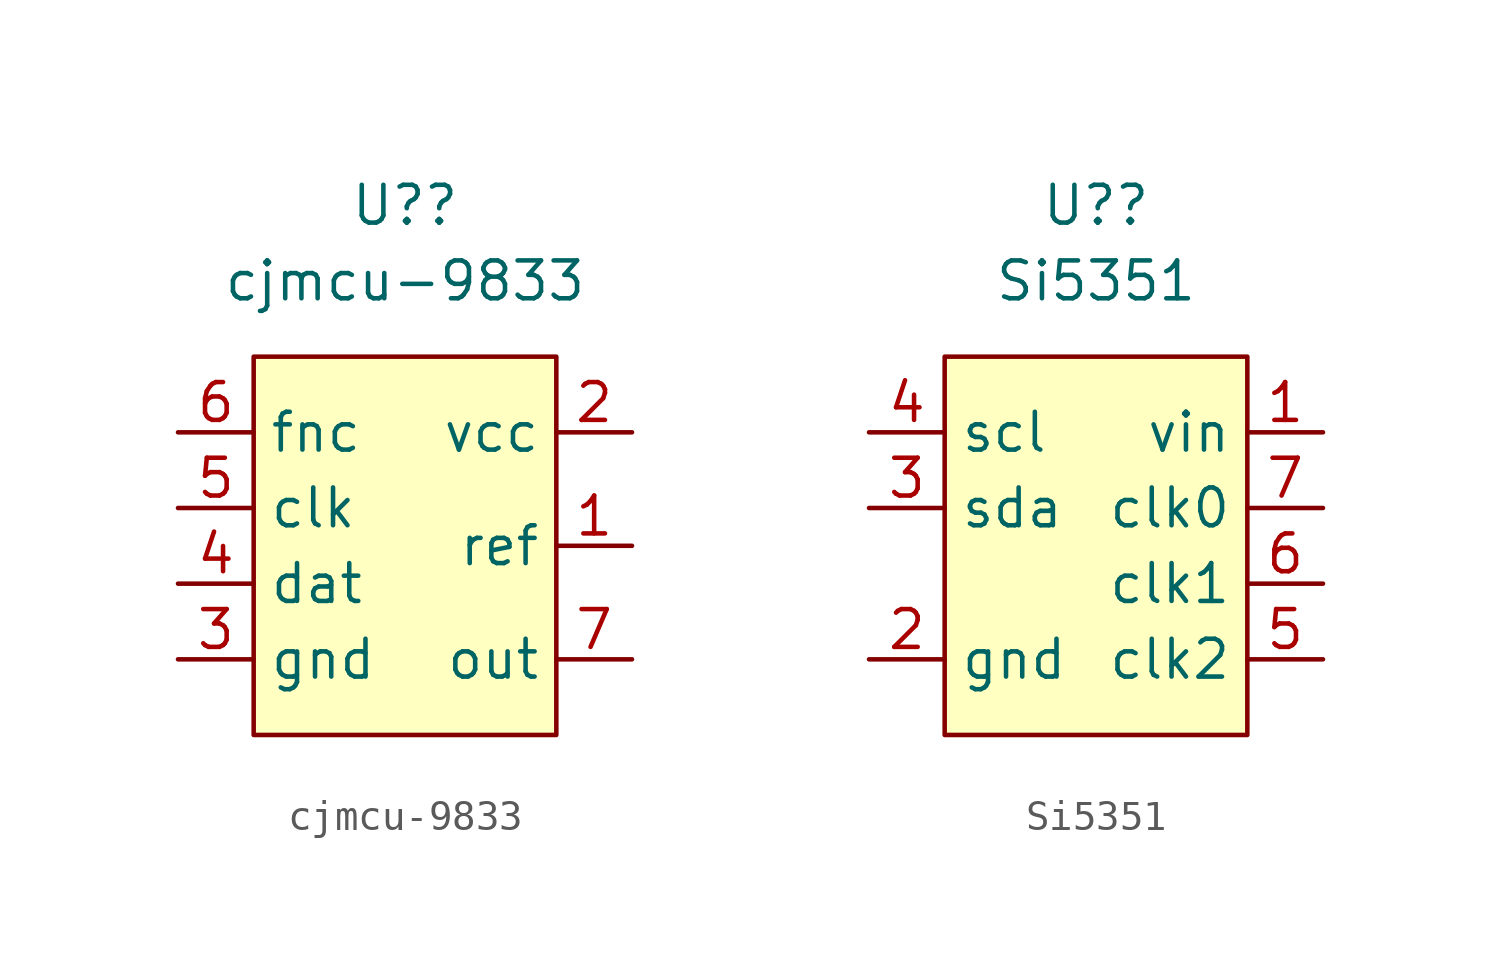
<source format=kicad_sym>
(kicad_symbol_lib
  (version 20211014)
  (generator kicad_symbol_editor)
  (symbol "cjmcu-9833"
    (property "Reference" "U?"
      (at 0 2.54 0)
      (effects (font (size 1.27 1.27))))
    (property "Value" "cjmcu-9833"
      (at 0 0 0)
      (effects (font (size 1.27 1.27))))
    (symbol "cjmcu-9833_0_1"
      (rectangle (start -5.08 -2.54) (end 5.08 -15.24) (stroke (width 0) (type default) (color 0 0 0 0)) (fill (type background))))
    (symbol "cjmcu-9833_1_1"
      (pin output line (at 7.62 -8.89 180) (length 2.54) (name "ref" (effects (font (size 1.27 1.27)))) (number "1" (effects (font (size 1.27 1.27)))))
      (pin power_in line (at 7.62 -5.08 180) (length 2.54) (name "vcc" (effects (font (size 1.27 1.27)))) (number "2" (effects (font (size 1.27 1.27)))))
      (pin power_in line (at -7.62 -12.7 0) (length 2.54) (name "gnd" (effects (font (size 1.27 1.27)))) (number "3" (effects (font (size 1.27 1.27)))))
      (pin bidirectional line (at -7.62 -10.16 0) (length 2.54) (name "dat" (effects (font (size 1.27 1.27)))) (number "4" (effects (font (size 1.27 1.27)))))
      (pin input line (at -7.62 -7.62 0) (length 2.54) (name "clk" (effects (font (size 1.27 1.27)))) (number "5" (effects (font (size 1.27 1.27)))))
      (pin input line (at -7.62 -5.08 0) (length 2.54) (name "fnc" (effects (font (size 1.27 1.27)))) (number "6" (effects (font (size 1.27 1.27)))))
      (pin output line (at 7.62 -12.7 180) (length 2.54) (name "out" (effects (font (size 1.27 1.27)))) (number "7" (effects (font (size 1.27 1.27)))))))
  (symbol "Si5351"
    (property "Reference" "U?"
      (at 0 2.54 0)
      (effects (font (size 1.27 1.27))))
    (property "Value" "Si5351"
      (at 0 0 0)
      (effects (font (size 1.27 1.27))))
    (symbol "Si5351_0_1"
      (rectangle (start -5.08 -2.54) (end 5.08 -15.24) (stroke (width 0) (type default) (color 0 0 0 0)) (fill (type background))))
    (symbol "Si5351_1_1"
      (pin power_in line (at 7.62 -5.08 180) (length 2.54) (name "vin" (effects (font (size 1.27 1.27)))) (number "1" (effects (font (size 1.27 1.27)))))
      (pin power_in line (at -7.62 -12.7 0) (length 2.54) (name "gnd" (effects (font (size 1.27 1.27)))) (number "2" (effects (font (size 1.27 1.27)))))
      (pin bidirectional line (at -7.62 -7.62 0) (length 2.54) (name "sda" (effects (font (size 1.27 1.27)))) (number "3" (effects (font (size 1.27 1.27)))))
      (pin input line (at -7.62 -5.08 0) (length 2.54) (name "scl" (effects (font (size 1.27 1.27)))) (number "4" (effects (font (size 1.27 1.27)))))
      (pin output line (at 7.62 -12.7 180) (length 2.54) (name "clk2" (effects (font (size 1.27 1.27)))) (number "5" (effects (font (size 1.27 1.27)))))
      (pin output line (at 7.62 -10.16 180) (length 2.54) (name "clk1" (effects (font (size 1.27 1.27)))) (number "6" (effects (font (size 1.27 1.27)))))
      (pin output line (at 7.62 -7.62 180) (length 2.54) (name "clk0" (effects (font (size 1.27 1.27)))) (number "7" (effects (font (size 1.27 1.27))))))))
</source>
